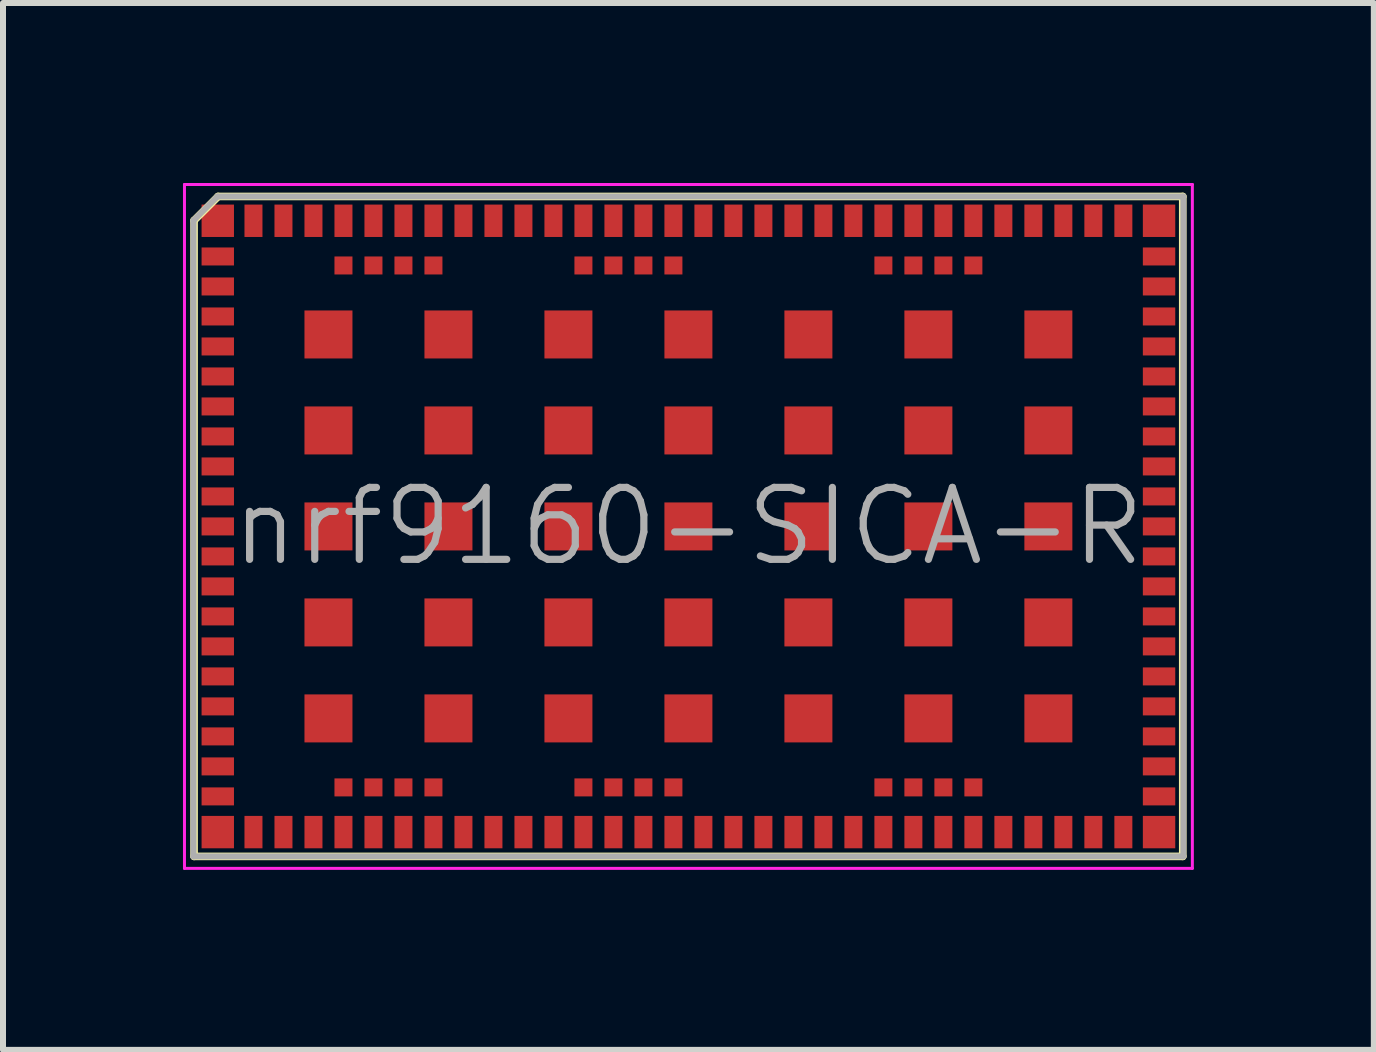
<source format=kicad_pcb>
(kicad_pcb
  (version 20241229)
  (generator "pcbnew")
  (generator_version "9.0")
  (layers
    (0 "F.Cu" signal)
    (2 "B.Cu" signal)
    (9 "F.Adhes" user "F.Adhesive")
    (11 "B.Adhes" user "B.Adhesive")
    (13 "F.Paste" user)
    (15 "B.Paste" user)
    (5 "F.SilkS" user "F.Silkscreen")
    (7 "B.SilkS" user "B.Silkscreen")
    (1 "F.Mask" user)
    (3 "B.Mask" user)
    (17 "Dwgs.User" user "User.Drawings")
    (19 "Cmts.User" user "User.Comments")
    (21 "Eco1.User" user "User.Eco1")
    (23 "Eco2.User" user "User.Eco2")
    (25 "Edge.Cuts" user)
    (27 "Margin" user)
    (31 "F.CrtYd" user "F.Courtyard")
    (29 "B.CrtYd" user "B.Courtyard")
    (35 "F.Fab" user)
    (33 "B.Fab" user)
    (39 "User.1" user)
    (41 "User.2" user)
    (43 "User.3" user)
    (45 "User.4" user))
  (footprint "nrf9160-SICA-R"
    (layer "F.Cu")
    (at 8.425 5.725)
    (property "Reference" "nrf9160-SICA-R" (at 0 0 0) (layer "F.Fab") (effects (font (size 1.2 1.2) (thickness 0.12))))
    (attr smd)
    (fp_line (start -8.24 -5.1) (end -7.84 -5.5) (stroke (width 0.127) (type solid)) (layer "F.SilkS"))
    (fp_line (start -8.24 5.5) (end -8.24 -5.1) (stroke (width 0.127) (type solid)) (layer "F.SilkS"))
    (fp_line (start -7.84 -5.5) (end 8.24 -5.5) (stroke (width 0.127) (type solid)) (layer "F.SilkS"))
    (fp_line (start 8.24 -5.5) (end 8.24 5.5) (stroke (width 0.127) (type solid)) (layer "F.SilkS"))
    (fp_line (start 8.24 5.5) (end -8.24 5.5) (stroke (width 0.127) (type solid)) (layer "F.SilkS"))
    (fp_line (start -8.4 -5.7) (end 8.4 -5.7) (stroke (width 0.05) (type solid)) (layer "F.CrtYd"))
    (fp_line (start -8.4 5.7) (end -8.4 -5.7) (stroke (width 0.05) (type solid)) (layer "F.CrtYd"))
    (fp_line (start 8.4 -5.7) (end 8.4 5.7) (stroke (width 0.05) (type solid)) (layer "F.CrtYd"))
    (fp_line (start 8.4 5.7) (end -8.4 5.7) (stroke (width 0.05) (type solid)) (layer "F.CrtYd"))
    (fp_line (start -8.25 -5.1) (end -7.85 -5.5) (stroke (width 0.1) (type solid)) (layer "F.Fab"))
    (fp_line (start -8.25 5.5) (end -8.25 -5.1) (stroke (width 0.1) (type solid)) (layer "F.Fab"))
    (fp_line (start -7.85 -5.5) (end 8.25 -5.5) (stroke (width 0.1) (type solid)) (layer "F.Fab"))
    (fp_line (start 8.25 -5.5) (end 8.25 5.5) (stroke (width 0.1) (type solid)) (layer "F.Fab"))
    (fp_line (start 8.25 5.5) (end -8.25 5.5) (stroke (width 0.1) (type solid)) (layer "F.Fab"))
    (pad "1" smd rect (at -7.845 -5.095) (size 0.54 0.54) (layers "F.Cu" "F.Mask" "F.Paste"))
    (pad "2" smd rect (at -7.845 -4.5) (size 0.54 0.3) (layers "F.Cu" "F.Mask" "F.Paste"))
    (pad "3" smd rect (at -7.845 -4) (size 0.54 0.3) (layers "F.Cu" "F.Mask" "F.Paste"))
    (pad "4" smd rect (at -7.845 -3.5) (size 0.54 0.3) (layers "F.Cu" "F.Mask" "F.Paste"))
    (pad "5" smd rect (at -7.845 -3) (size 0.54 0.3) (layers "F.Cu" "F.Mask" "F.Paste"))
    (pad "6" smd rect (at -7.845 -2.5) (size 0.54 0.3) (layers "F.Cu" "F.Mask" "F.Paste"))
    (pad "7" smd rect (at -7.845 -2) (size 0.54 0.3) (layers "F.Cu" "F.Mask" "F.Paste"))
    (pad "8" smd rect (at -7.845 -1.5) (size 0.54 0.3) (layers "F.Cu" "F.Mask" "F.Paste"))
    (pad "9" smd rect (at -7.845 -1) (size 0.54 0.3) (layers "F.Cu" "F.Mask" "F.Paste"))
    (pad "10" smd rect (at -7.845 -0.5) (size 0.54 0.3) (layers "F.Cu" "F.Mask" "F.Paste"))
    (pad "11" smd rect (at -7.845 0) (size 0.54 0.3) (layers "F.Cu" "F.Mask" "F.Paste"))
    (pad "12" smd rect (at -7.845 0.5) (size 0.54 0.3) (layers "F.Cu" "F.Mask" "F.Paste"))
    (pad "13" smd rect (at -7.845 1) (size 0.54 0.3) (layers "F.Cu" "F.Mask" "F.Paste"))
    (pad "14" smd rect (at -7.845 1.5) (size 0.54 0.3) (layers "F.Cu" "F.Mask" "F.Paste"))
    (pad "15" smd rect (at -7.845 2) (size 0.54 0.3) (layers "F.Cu" "F.Mask" "F.Paste"))
    (pad "16" smd rect (at -7.845 2.5) (size 0.54 0.3) (layers "F.Cu" "F.Mask" "F.Paste"))
    (pad "17" smd rect (at -7.845 3) (size 0.54 0.3) (layers "F.Cu" "F.Mask" "F.Paste"))
    (pad "18" smd rect (at -7.845 3.5) (size 0.54 0.3) (layers "F.Cu" "F.Mask" "F.Paste"))
    (pad "19" smd rect (at -7.845 4) (size 0.54 0.3) (layers "F.Cu" "F.Mask" "F.Paste"))
    (pad "20" smd rect (at -7.845 4.5) (size 0.54 0.3) (layers "F.Cu" "F.Mask" "F.Paste"))
    (pad "21" smd rect (at -7.845 5.095) (size 0.54 0.54) (layers "F.Cu" "F.Mask" "F.Paste"))
    (pad "22" smd rect (at -7.25 5.095) (size 0.3 0.54) (layers "F.Cu" "F.Mask" "F.Paste"))
    (pad "23" smd rect (at -6.75 5.095) (size 0.3 0.54) (layers "F.Cu" "F.Mask" "F.Paste"))
    (pad "24" smd rect (at -6.25 5.095) (size 0.3 0.54) (layers "F.Cu" "F.Mask" "F.Paste"))
    (pad "25" smd rect (at -5.75 5.095) (size 0.3 0.54) (layers "F.Cu" "F.Mask" "F.Paste"))
    (pad "26" smd rect (at -5.25 5.095) (size 0.3 0.54) (layers "F.Cu" "F.Mask" "F.Paste"))
    (pad "27" smd rect (at -4.75 5.095) (size 0.3 0.54) (layers "F.Cu" "F.Mask" "F.Paste"))
    (pad "28" smd rect (at -4.25 5.095) (size 0.3 0.54) (layers "F.Cu" "F.Mask" "F.Paste"))
    (pad "29" smd rect (at -3.75 5.095) (size 0.3 0.54) (layers "F.Cu" "F.Mask" "F.Paste"))
    (pad "30" smd rect (at -3.25 5.095) (size 0.3 0.54) (layers "F.Cu" "F.Mask" "F.Paste"))
    (pad "31" smd rect (at -2.75 5.095) (size 0.3 0.54) (layers "F.Cu" "F.Mask" "F.Paste"))
    (pad "32" smd rect (at -2.25 5.095) (size 0.3 0.54) (layers "F.Cu" "F.Mask" "F.Paste"))
    (pad "33" smd rect (at -1.75 5.095) (size 0.3 0.54) (layers "F.Cu" "F.Mask" "F.Paste"))
    (pad "34" smd rect (at -1.25 5.095) (size 0.3 0.54) (layers "F.Cu" "F.Mask" "F.Paste"))
    (pad "35" smd rect (at -0.75 5.095) (size 0.3 0.54) (layers "F.Cu" "F.Mask" "F.Paste"))
    (pad "36" smd rect (at -0.25 5.095) (size 0.3 0.54) (layers "F.Cu" "F.Mask" "F.Paste"))
    (pad "37" smd rect (at 0.25 5.095) (size 0.3 0.54) (layers "F.Cu" "F.Mask" "F.Paste"))
    (pad "38" smd rect (at 0.75 5.095) (size 0.3 0.54) (layers "F.Cu" "F.Mask" "F.Paste"))
    (pad "39" smd rect (at 1.25 5.095) (size 0.3 0.54) (layers "F.Cu" "F.Mask" "F.Paste"))
    (pad "40" smd rect (at 1.75 5.095) (size 0.3 0.54) (layers "F.Cu" "F.Mask" "F.Paste"))
    (pad "41" smd rect (at 2.25 5.095) (size 0.3 0.54) (layers "F.Cu" "F.Mask" "F.Paste"))
    (pad "42" smd rect (at 2.75 5.095) (size 0.3 0.54) (layers "F.Cu" "F.Mask" "F.Paste"))
    (pad "43" smd rect (at 3.25 5.095) (size 0.3 0.54) (layers "F.Cu" "F.Mask" "F.Paste"))
    (pad "44" smd rect (at 3.75 5.095) (size 0.3 0.54) (layers "F.Cu" "F.Mask" "F.Paste"))
    (pad "45" smd rect (at 4.25 5.095) (size 0.3 0.54) (layers "F.Cu" "F.Mask" "F.Paste"))
    (pad "46" smd rect (at 4.75 5.095) (size 0.3 0.54) (layers "F.Cu" "F.Mask" "F.Paste"))
    (pad "47" smd rect (at 5.25 5.095) (size 0.3 0.54) (layers "F.Cu" "F.Mask" "F.Paste"))
    (pad "48" smd rect (at 5.75 5.095) (size 0.3 0.54) (layers "F.Cu" "F.Mask" "F.Paste"))
    (pad "49" smd rect (at 6.25 5.095) (size 0.3 0.54) (layers "F.Cu" "F.Mask" "F.Paste"))
    (pad "50" smd rect (at 6.75 5.095) (size 0.3 0.54) (layers "F.Cu" "F.Mask" "F.Paste"))
    (pad "51" smd rect (at 7.25 5.095) (size 0.3 0.54) (layers "F.Cu" "F.Mask" "F.Paste"))
    (pad "52" smd rect (at 7.845 5.095) (size 0.54 0.54) (layers "F.Cu" "F.Mask" "F.Paste"))
    (pad "53" smd rect (at 7.845 4.5) (size 0.54 0.3) (layers "F.Cu" "F.Mask" "F.Paste"))
    (pad "54" smd rect (at 7.845 4) (size 0.54 0.3) (layers "F.Cu" "F.Mask" "F.Paste"))
    (pad "55" smd rect (at 7.845 3.5) (size 0.54 0.3) (layers "F.Cu" "F.Mask" "F.Paste"))
    (pad "56" smd rect (at 7.845 3) (size 0.54 0.3) (layers "F.Cu" "F.Mask" "F.Paste"))
    (pad "57" smd rect (at 7.845 2.5) (size 0.54 0.3) (layers "F.Cu" "F.Mask" "F.Paste"))
    (pad "58" smd rect (at 7.845 2) (size 0.54 0.3) (layers "F.Cu" "F.Mask" "F.Paste"))
    (pad "59" smd rect (at 7.845 1.5) (size 0.54 0.3) (layers "F.Cu" "F.Mask" "F.Paste"))
    (pad "60" smd rect (at 7.845 1) (size 0.54 0.3) (layers "F.Cu" "F.Mask" "F.Paste"))
    (pad "61" smd rect (at 7.845 0.5) (size 0.54 0.3) (layers "F.Cu" "F.Mask" "F.Paste"))
    (pad "62" smd rect (at 7.845 0) (size 0.54 0.3) (layers "F.Cu" "F.Mask" "F.Paste"))
    (pad "63" smd rect (at 7.845 -0.5) (size 0.54 0.3) (layers "F.Cu" "F.Mask" "F.Paste"))
    (pad "64" smd rect (at 7.845 -1) (size 0.54 0.3) (layers "F.Cu" "F.Mask" "F.Paste"))
    (pad "65" smd rect (at 7.845 -1.5) (size 0.54 0.3) (layers "F.Cu" "F.Mask" "F.Paste"))
    (pad "66" smd rect (at 7.845 -2) (size 0.54 0.3) (layers "F.Cu" "F.Mask" "F.Paste"))
    (pad "67" smd rect (at 7.845 -2.5) (size 0.54 0.3) (layers "F.Cu" "F.Mask" "F.Paste"))
    (pad "68" smd rect (at 7.845 -3) (size 0.54 0.3) (layers "F.Cu" "F.Mask" "F.Paste"))
    (pad "69" smd rect (at 7.845 -3.5) (size 0.54 0.3) (layers "F.Cu" "F.Mask" "F.Paste"))
    (pad "70" smd rect (at 7.845 -4) (size 0.54 0.3) (layers "F.Cu" "F.Mask" "F.Paste"))
    (pad "71" smd rect (at 7.845 -4.5) (size 0.54 0.3) (layers "F.Cu" "F.Mask" "F.Paste"))
    (pad "72" smd rect (at 7.845 -5.095) (size 0.54 0.54) (layers "F.Cu" "F.Mask" "F.Paste"))
    (pad "73" smd rect (at 7.25 -5.095) (size 0.3 0.54) (layers "F.Cu" "F.Mask" "F.Paste"))
    (pad "74" smd rect (at 6.75 -5.095) (size 0.3 0.54) (layers "F.Cu" "F.Mask" "F.Paste"))
    (pad "75" smd rect (at 6.25 -5.095) (size 0.3 0.54) (layers "F.Cu" "F.Mask" "F.Paste"))
    (pad "76" smd rect (at 5.75 -5.095) (size 0.3 0.54) (layers "F.Cu" "F.Mask" "F.Paste"))
    (pad "77" smd rect (at 5.25 -5.095) (size 0.3 0.54) (layers "F.Cu" "F.Mask" "F.Paste"))
    (pad "78" smd rect (at 4.75 -5.095) (size 0.3 0.54) (layers "F.Cu" "F.Mask" "F.Paste"))
    (pad "79" smd rect (at 4.25 -5.095) (size 0.3 0.54) (layers "F.Cu" "F.Mask" "F.Paste"))
    (pad "80" smd rect (at 3.75 -5.095) (size 0.3 0.54) (layers "F.Cu" "F.Mask" "F.Paste"))
    (pad "81" smd rect (at 3.25 -5.095) (size 0.3 0.54) (layers "F.Cu" "F.Mask" "F.Paste"))
    (pad "82" smd rect (at 2.75 -5.095) (size 0.3 0.54) (layers "F.Cu" "F.Mask" "F.Paste"))
    (pad "83" smd rect (at 2.25 -5.095) (size 0.3 0.54) (layers "F.Cu" "F.Mask" "F.Paste"))
    (pad "84" smd rect (at 1.75 -5.095) (size 0.3 0.54) (layers "F.Cu" "F.Mask" "F.Paste"))
    (pad "85" smd rect (at 1.25 -5.095) (size 0.3 0.54) (layers "F.Cu" "F.Mask" "F.Paste"))
    (pad "86" smd rect (at 0.75 -5.095) (size 0.3 0.54) (layers "F.Cu" "F.Mask" "F.Paste"))
    (pad "87" smd rect (at 0.25 -5.095) (size 0.3 0.54) (layers "F.Cu" "F.Mask" "F.Paste"))
    (pad "88" smd rect (at -0.25 -5.095) (size 0.3 0.54) (layers "F.Cu" "F.Mask" "F.Paste"))
    (pad "89" smd rect (at -0.75 -5.095) (size 0.3 0.54) (layers "F.Cu" "F.Mask" "F.Paste"))
    (pad "90" smd rect (at -1.25 -5.095) (size 0.3 0.54) (layers "F.Cu" "F.Mask" "F.Paste"))
    (pad "91" smd rect (at -1.75 -5.095) (size 0.3 0.54) (layers "F.Cu" "F.Mask" "F.Paste"))
    (pad "92" smd rect (at -2.25 -5.095) (size 0.3 0.54) (layers "F.Cu" "F.Mask" "F.Paste"))
    (pad "93" smd rect (at -2.75 -5.095) (size 0.3 0.54) (layers "F.Cu" "F.Mask" "F.Paste"))
    (pad "94" smd rect (at -3.25 -5.095) (size 0.3 0.54) (layers "F.Cu" "F.Mask" "F.Paste"))
    (pad "95" smd rect (at -3.75 -5.095) (size 0.3 0.54) (layers "F.Cu" "F.Mask" "F.Paste"))
    (pad "96" smd rect (at -4.25 -5.095) (size 0.3 0.54) (layers "F.Cu" "F.Mask" "F.Paste"))
    (pad "97" smd rect (at -4.75 -5.095) (size 0.3 0.54) (layers "F.Cu" "F.Mask" "F.Paste"))
    (pad "98" smd rect (at -5.25 -5.095) (size 0.3 0.54) (layers "F.Cu" "F.Mask" "F.Paste"))
    (pad "99" smd rect (at -5.75 -5.095) (size 0.3 0.54) (layers "F.Cu" "F.Mask" "F.Paste"))
    (pad "100" smd rect (at -6.25 -5.095) (size 0.3 0.54) (layers "F.Cu" "F.Mask" "F.Paste"))
    (pad "101" smd rect (at -6.75 -5.095) (size 0.3 0.54) (layers "F.Cu" "F.Mask" "F.Paste"))
    (pad "102" smd rect (at -7.25 -5.095) (size 0.3 0.54) (layers "F.Cu" "F.Mask" "F.Paste"))
    (pad "103" smd rect (at -6 -3.2) (size 0.8 0.8) (layers "F.Cu" "F.Mask" "F.Paste"))
    (pad "103" smd rect (at -6 -1.6) (size 0.8 0.8) (layers "F.Cu" "F.Mask" "F.Paste"))
    (pad "103" smd rect (at -6 0) (size 0.8 0.8) (layers "F.Cu" "F.Mask" "F.Paste"))
    (pad "103" smd rect (at -6 1.6) (size 0.8 0.8) (layers "F.Cu" "F.Mask" "F.Paste"))
    (pad "103" smd rect (at -6 3.2) (size 0.8 0.8) (layers "F.Cu" "F.Mask" "F.Paste"))
    (pad "103" smd rect (at -4 -3.2) (size 0.8 0.8) (layers "F.Cu" "F.Mask" "F.Paste"))
    (pad "103" smd rect (at -4 -1.6) (size 0.8 0.8) (layers "F.Cu" "F.Mask" "F.Paste"))
    (pad "103" smd rect (at -4 0) (size 0.8 0.8) (layers "F.Cu" "F.Mask" "F.Paste"))
    (pad "103" smd rect (at -4 1.6) (size 0.8 0.8) (layers "F.Cu" "F.Mask" "F.Paste"))
    (pad "103" smd rect (at -4 3.2) (size 0.8 0.8) (layers "F.Cu" "F.Mask" "F.Paste"))
    (pad "103" smd rect (at -2 -3.2) (size 0.8 0.8) (layers "F.Cu" "F.Mask" "F.Paste"))
    (pad "103" smd rect (at -2 -1.6) (size 0.8 0.8) (layers "F.Cu" "F.Mask" "F.Paste"))
    (pad "103" smd rect (at -2 0) (size 0.8 0.8) (layers "F.Cu" "F.Mask" "F.Paste"))
    (pad "103" smd rect (at -2 1.6) (size 0.8 0.8) (layers "F.Cu" "F.Mask" "F.Paste"))
    (pad "103" smd rect (at -2 3.2) (size 0.8 0.8) (layers "F.Cu" "F.Mask" "F.Paste"))
    (pad "103" smd rect (at 0 -3.2) (size 0.8 0.8) (layers "F.Cu" "F.Mask" "F.Paste"))
    (pad "103" smd rect (at 0 -1.6) (size 0.8 0.8) (layers "F.Cu" "F.Mask" "F.Paste"))
    (pad "103" smd rect (at 0 0) (size 0.8 0.8) (layers "F.Cu" "F.Mask" "F.Paste"))
    (pad "103" smd rect (at 0 1.6) (size 0.8 0.8) (layers "F.Cu" "F.Mask" "F.Paste"))
    (pad "103" smd rect (at 0 3.2) (size 0.8 0.8) (layers "F.Cu" "F.Mask" "F.Paste"))
    (pad "103" smd rect (at 2 -3.2) (size 0.8 0.8) (layers "F.Cu" "F.Mask" "F.Paste"))
    (pad "103" smd rect (at 2 -1.6) (size 0.8 0.8) (layers "F.Cu" "F.Mask" "F.Paste"))
    (pad "103" smd rect (at 2 0) (size 0.8 0.8) (layers "F.Cu" "F.Mask" "F.Paste"))
    (pad "103" smd rect (at 2 1.6) (size 0.8 0.8) (layers "F.Cu" "F.Mask" "F.Paste"))
    (pad "103" smd rect (at 2 3.2) (size 0.8 0.8) (layers "F.Cu" "F.Mask" "F.Paste"))
    (pad "103" smd rect (at 4 -3.2) (size 0.8 0.8) (layers "F.Cu" "F.Mask" "F.Paste"))
    (pad "103" smd rect (at 4 -1.6) (size 0.8 0.8) (layers "F.Cu" "F.Mask" "F.Paste"))
    (pad "103" smd rect (at 4 0) (size 0.8 0.8) (layers "F.Cu" "F.Mask" "F.Paste"))
    (pad "103" smd rect (at 4 1.6) (size 0.8 0.8) (layers "F.Cu" "F.Mask" "F.Paste"))
    (pad "103" smd rect (at 4 3.2) (size 0.8 0.8) (layers "F.Cu" "F.Mask" "F.Paste"))
    (pad "103" smd rect (at 6 -3.2) (size 0.8 0.8) (layers "F.Cu" "F.Mask" "F.Paste"))
    (pad "103" smd rect (at 6 -1.6) (size 0.8 0.8) (layers "F.Cu" "F.Mask" "F.Paste"))
    (pad "103" smd rect (at 6 0) (size 0.8 0.8) (layers "F.Cu" "F.Mask" "F.Paste"))
    (pad "103" smd rect (at 6 1.6) (size 0.8 0.8) (layers "F.Cu" "F.Mask" "F.Paste"))
    (pad "103" smd rect (at 6 3.2) (size 0.8 0.8) (layers "F.Cu" "F.Mask" "F.Paste"))
    (pad "104" smd rect (at -5.75 4.35) (size 0.3 0.3) (layers "F.Cu" "F.Mask" "F.Paste"))
    (pad "105" smd rect (at -5.25 4.35) (size 0.3 0.3) (layers "F.Cu" "F.Mask" "F.Paste"))
    (pad "106" smd rect (at -4.75 4.35) (size 0.3 0.3) (layers "F.Cu" "F.Mask" "F.Paste"))
    (pad "107" smd rect (at -4.25 4.35) (size 0.3 0.3) (layers "F.Cu" "F.Mask" "F.Paste"))
    (pad "108" smd rect (at -1.75 4.35) (size 0.3 0.3) (layers "F.Cu" "F.Mask" "F.Paste"))
    (pad "109" smd rect (at -1.25 4.35) (size 0.3 0.3) (layers "F.Cu" "F.Mask" "F.Paste"))
    (pad "110" smd rect (at -0.75 4.35) (size 0.3 0.3) (layers "F.Cu" "F.Mask" "F.Paste"))
    (pad "111" smd rect (at -0.25 4.35) (size 0.3 0.3) (layers "F.Cu" "F.Mask" "F.Paste"))
    (pad "112" smd rect (at 3.25 4.35) (size 0.3 0.3) (layers "F.Cu" "F.Mask" "F.Paste"))
    (pad "113" smd rect (at 3.75 4.35) (size 0.3 0.3) (layers "F.Cu" "F.Mask" "F.Paste"))
    (pad "114" smd rect (at 4.25 4.35) (size 0.3 0.3) (layers "F.Cu" "F.Mask" "F.Paste"))
    (pad "115" smd rect (at 4.75 4.35) (size 0.3 0.3) (layers "F.Cu" "F.Mask" "F.Paste"))
    (pad "116" smd rect (at 4.75 -4.35) (size 0.3 0.3) (layers "F.Cu" "F.Mask" "F.Paste"))
    (pad "117" smd rect (at 4.25 -4.35) (size 0.3 0.3) (layers "F.Cu" "F.Mask" "F.Paste"))
    (pad "118" smd rect (at 3.75 -4.35) (size 0.3 0.3) (layers "F.Cu" "F.Mask" "F.Paste"))
    (pad "119" smd rect (at 3.25 -4.35) (size 0.3 0.3) (layers "F.Cu" "F.Mask" "F.Paste"))
    (pad "120" smd rect (at -0.25 -4.35) (size 0.3 0.3) (layers "F.Cu" "F.Mask" "F.Paste"))
    (pad "121" smd rect (at -0.75 -4.35) (size 0.3 0.3) (layers "F.Cu" "F.Mask" "F.Paste"))
    (pad "122" smd rect (at -1.25 -4.35) (size 0.3 0.3) (layers "F.Cu" "F.Mask" "F.Paste"))
    (pad "123" smd rect (at -1.75 -4.35) (size 0.3 0.3) (layers "F.Cu" "F.Mask" "F.Paste"))
    (pad "124" smd rect (at -4.25 -4.35) (size 0.3 0.3) (layers "F.Cu" "F.Mask" "F.Paste"))
    (pad "125" smd rect (at -4.75 -4.35) (size 0.3 0.3) (layers "F.Cu" "F.Mask" "F.Paste"))
    (pad "126" smd rect (at -5.25 -4.35) (size 0.3 0.3) (layers "F.Cu" "F.Mask" "F.Paste"))
    (pad "127" smd rect (at -5.75 -4.35) (size 0.3 0.3) (layers "F.Cu" "F.Mask" "F.Paste")))
  (gr_rect
    (start -3 -3)
    (end 19.85 14.45)
    (stroke (width 0.1) (type default))
    (fill no)
    (layer "Edge.Cuts")))
</source>
